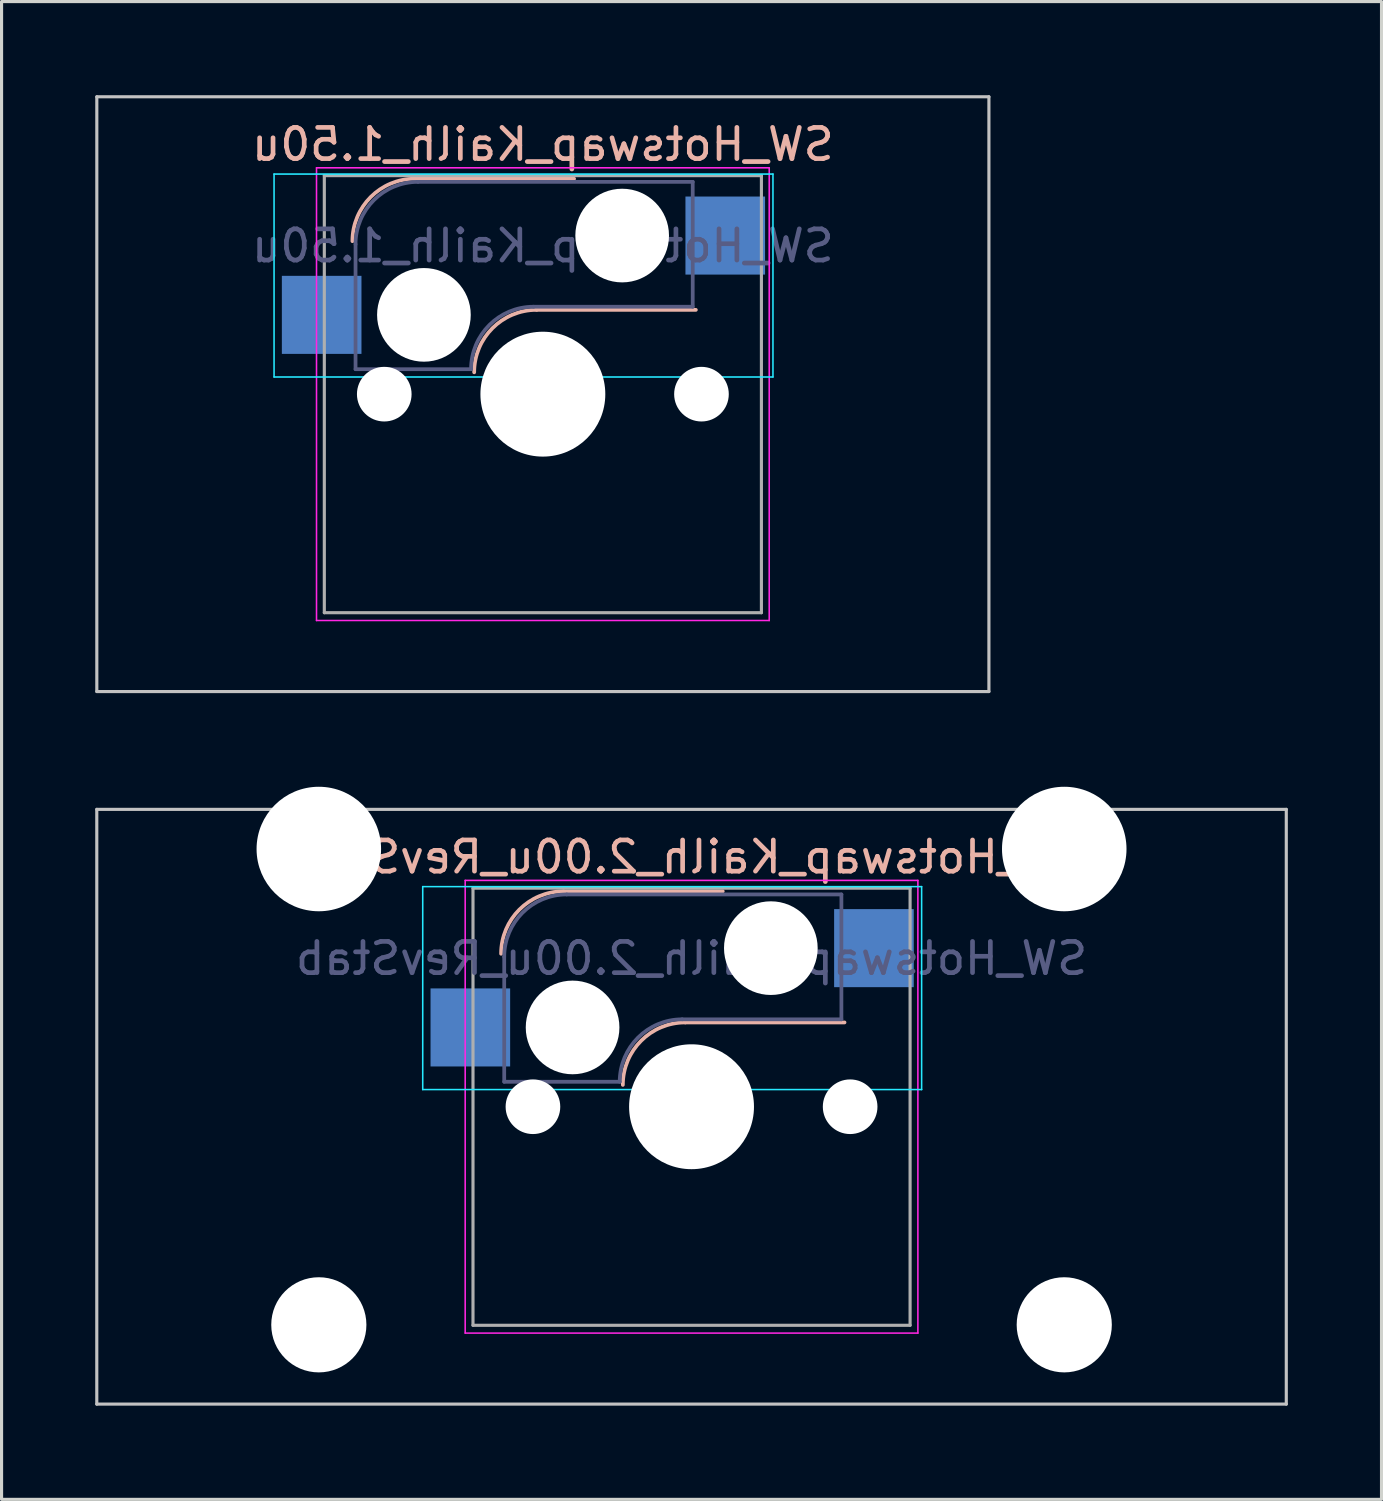
<source format=kicad_pcb>
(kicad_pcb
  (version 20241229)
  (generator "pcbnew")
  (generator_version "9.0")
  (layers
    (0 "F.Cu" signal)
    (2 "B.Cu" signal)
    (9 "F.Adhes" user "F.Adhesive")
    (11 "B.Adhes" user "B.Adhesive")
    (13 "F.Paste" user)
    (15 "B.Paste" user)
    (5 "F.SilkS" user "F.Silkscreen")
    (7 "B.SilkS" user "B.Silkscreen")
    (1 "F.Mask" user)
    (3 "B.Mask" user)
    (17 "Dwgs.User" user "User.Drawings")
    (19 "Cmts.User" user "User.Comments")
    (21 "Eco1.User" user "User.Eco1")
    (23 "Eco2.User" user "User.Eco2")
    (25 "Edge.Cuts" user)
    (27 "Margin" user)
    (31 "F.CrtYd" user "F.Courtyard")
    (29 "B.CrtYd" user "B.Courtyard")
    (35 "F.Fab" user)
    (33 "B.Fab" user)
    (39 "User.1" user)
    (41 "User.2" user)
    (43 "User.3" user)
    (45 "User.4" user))
  (footprint "SW_Hotswap_Kailh_2.00u_RevStab"
    (layer "F.Cu")
    (at 19.1 32.399)
    (property "Reference" "SW_Hotswap_Kailh_2.00u_RevStab" (at 0 -8 0) (layer "B.SilkS") (effects (font (size 1 1) (thickness 0.15)) (justify mirror)))
    (attr smd)
    (fp_line (start -4.1 -6.9) (end 1 -6.9) (stroke (width 0.12) (type solid)) (layer "B.SilkS"))
    (fp_line (start -0.2 -2.7) (end 4.9 -2.7) (stroke (width 0.12) (type solid)) (layer "B.SilkS"))
    (fp_arc (start -6.1 -4.9) (mid -5.514214 -6.314214) (end -4.1 -6.9) (stroke (width 0.12) (type solid)) (layer "B.SilkS"))
    (fp_arc (start -2.2 -0.7) (mid -1.614214 -2.114214) (end -0.2 -2.7) (stroke (width 0.12) (type solid)) (layer "B.SilkS"))
    (fp_line (start -19.05 -9.525) (end -19.05 9.525) (stroke (width 0.1) (type solid)) (layer "Dwgs.User"))
    (fp_line (start -19.05 9.525) (end 19.05 9.525) (stroke (width 0.1) (type solid)) (layer "Dwgs.User"))
    (fp_line (start 19.05 -9.525) (end -19.05 -9.525) (stroke (width 0.1) (type solid)) (layer "Dwgs.User"))
    (fp_line (start 19.05 9.525) (end 19.05 -9.525) (stroke (width 0.1) (type solid)) (layer "Dwgs.User"))
    (fp_line (start -8.61 -7.05) (end -8.61 -0.55) (stroke (width 0.05) (type solid)) (layer "B.CrtYd"))
    (fp_line (start -8.61 -0.55) (end 7.37 -0.55) (stroke (width 0.05) (type solid)) (layer "B.CrtYd"))
    (fp_line (start 7.37 -7.05) (end -8.61 -7.05) (stroke (width 0.05) (type solid)) (layer "B.CrtYd"))
    (fp_line (start 7.37 -0.55) (end 7.37 -7.05) (stroke (width 0.05) (type solid)) (layer "B.CrtYd"))
    (fp_line (start -7.25 -7.25) (end -7.25 7.25) (stroke (width 0.05) (type solid)) (layer "F.CrtYd"))
    (fp_line (start -7.25 7.25) (end 7.25 7.25) (stroke (width 0.05) (type solid)) (layer "F.CrtYd"))
    (fp_line (start 7.25 -7.25) (end -7.25 -7.25) (stroke (width 0.05) (type solid)) (layer "F.CrtYd"))
    (fp_line (start 7.25 7.25) (end 7.25 -7.25) (stroke (width 0.05) (type solid)) (layer "F.CrtYd"))
    (fp_line (start -6 -0.8) (end -6 -4.8) (stroke (width 0.12) (type solid)) (layer "B.Fab"))
    (fp_line (start -6 -0.8) (end -2.3 -0.8) (stroke (width 0.12) (type solid)) (layer "B.Fab"))
    (fp_line (start -4 -6.8) (end 4.8 -6.8) (stroke (width 0.12) (type solid)) (layer "B.Fab"))
    (fp_line (start -0.3 -2.8) (end 4.8 -2.8) (stroke (width 0.12) (type solid)) (layer "B.Fab"))
    (fp_line (start 4.8 -6.8) (end 4.8 -2.8) (stroke (width 0.12) (type solid)) (layer "B.Fab"))
    (fp_arc (start -6 -4.8) (mid -5.414214 -6.214214) (end -4 -6.8) (stroke (width 0.12) (type solid)) (layer "B.Fab"))
    (fp_arc (start -2.3 -0.8) (mid -1.714214 -2.214214) (end -0.3 -2.8) (stroke (width 0.12) (type solid)) (layer "B.Fab"))
    (fp_line (start -7 -7) (end -7 7) (stroke (width 0.1) (type solid)) (layer "F.Fab"))
    (fp_line (start -7 7) (end 7 7) (stroke (width 0.1) (type solid)) (layer "F.Fab"))
    (fp_line (start 7 -7) (end -7 -7) (stroke (width 0.1) (type solid)) (layer "F.Fab"))
    (fp_line (start 7 7) (end 7 -7) (stroke (width 0.1) (type solid)) (layer "F.Fab"))
    (fp_text user "${REFERENCE}" (at 0 -4.75 0) (layer "B.Fab") (effects (font (size 1 1) (thickness 0.15)) (justify mirror)))
    (pad "" np_thru_hole circle (at -11.938 -8.255) (size 3.988 3.988) (drill 3.988) (layers "*.Cu" "*.Mask"))
    (pad "" np_thru_hole circle (at -11.938 6.985) (size 3.048 3.048) (drill 3.048) (layers "*.Cu" "*.Mask"))
    (pad "" np_thru_hole circle (at -5.08 0) (size 1.75 1.75) (drill 1.75) (layers "*.Cu" "*.Mask"))
    (pad "" np_thru_hole circle (at -3.81 -2.54) (size 3 3) (drill 3) (layers "*.Cu" "*.Mask"))
    (pad "" np_thru_hole circle (at 0 0) (size 4 4) (drill 4) (layers "*.Cu" "*.Mask"))
    (pad "" np_thru_hole circle (at 2.54 -5.08) (size 3 3) (drill 3) (layers "*.Cu" "*.Mask"))
    (pad "" np_thru_hole circle (at 5.08 0) (size 1.75 1.75) (drill 1.75) (layers "*.Cu" "*.Mask"))
    (pad "" np_thru_hole circle (at 11.938 -8.255) (size 3.988 3.988) (drill 3.988) (layers "*.Cu" "*.Mask"))
    (pad "" np_thru_hole circle (at 11.938 6.985) (size 3.048 3.048) (drill 3.048) (layers "*.Cu" "*.Mask"))
    (pad "1" smd rect (at 5.842 -5.08) (size 2.55 2.5) (layers "B.Cu" "B.Mask" "B.Paste"))
    (pad "2" smd rect (at -7.085 -2.54) (size 2.55 2.5) (layers "B.Cu" "B.Mask" "B.Paste")))
  (footprint "SW_Hotswap_Kailh_1.50u"
    (layer "F.Cu")
    (at 14.338 9.575)
    (property "Reference" "SW_Hotswap_Kailh_1.50u" (at 0 -8 0) (layer "B.SilkS") (effects (font (size 1 1) (thickness 0.15)) (justify mirror)))
    (attr smd)
    (fp_line (start -4.1 -6.9) (end 1 -6.9) (stroke (width 0.12) (type solid)) (layer "B.SilkS"))
    (fp_line (start -0.2 -2.7) (end 4.9 -2.7) (stroke (width 0.12) (type solid)) (layer "B.SilkS"))
    (fp_arc (start -6.1 -4.9) (mid -5.514214 -6.314214) (end -4.1 -6.9) (stroke (width 0.12) (type solid)) (layer "B.SilkS"))
    (fp_arc (start -2.2 -0.7) (mid -1.614214 -2.114214) (end -0.2 -2.7) (stroke (width 0.12) (type solid)) (layer "B.SilkS"))
    (fp_line (start -14.287 -9.525) (end -14.287 9.525) (stroke (width 0.1) (type solid)) (layer "Dwgs.User"))
    (fp_line (start -14.287 9.525) (end 14.287 9.525) (stroke (width 0.1) (type solid)) (layer "Dwgs.User"))
    (fp_line (start 14.287 -9.525) (end -14.287 -9.525) (stroke (width 0.1) (type solid)) (layer "Dwgs.User"))
    (fp_line (start 14.287 9.525) (end 14.287 -9.525) (stroke (width 0.1) (type solid)) (layer "Dwgs.User"))
    (fp_line (start -8.61 -7.05) (end -8.61 -0.55) (stroke (width 0.05) (type solid)) (layer "B.CrtYd"))
    (fp_line (start -8.61 -0.55) (end 7.37 -0.55) (stroke (width 0.05) (type solid)) (layer "B.CrtYd"))
    (fp_line (start 7.37 -7.05) (end -8.61 -7.05) (stroke (width 0.05) (type solid)) (layer "B.CrtYd"))
    (fp_line (start 7.37 -0.55) (end 7.37 -7.05) (stroke (width 0.05) (type solid)) (layer "B.CrtYd"))
    (fp_line (start -7.25 -7.25) (end -7.25 7.25) (stroke (width 0.05) (type solid)) (layer "F.CrtYd"))
    (fp_line (start -7.25 7.25) (end 7.25 7.25) (stroke (width 0.05) (type solid)) (layer "F.CrtYd"))
    (fp_line (start 7.25 -7.25) (end -7.25 -7.25) (stroke (width 0.05) (type solid)) (layer "F.CrtYd"))
    (fp_line (start 7.25 7.25) (end 7.25 -7.25) (stroke (width 0.05) (type solid)) (layer "F.CrtYd"))
    (fp_line (start -6 -0.8) (end -6 -4.8) (stroke (width 0.12) (type solid)) (layer "B.Fab"))
    (fp_line (start -6 -0.8) (end -2.3 -0.8) (stroke (width 0.12) (type solid)) (layer "B.Fab"))
    (fp_line (start -4 -6.8) (end 4.8 -6.8) (stroke (width 0.12) (type solid)) (layer "B.Fab"))
    (fp_line (start -0.3 -2.8) (end 4.8 -2.8) (stroke (width 0.12) (type solid)) (layer "B.Fab"))
    (fp_line (start 4.8 -6.8) (end 4.8 -2.8) (stroke (width 0.12) (type solid)) (layer "B.Fab"))
    (fp_arc (start -6 -4.8) (mid -5.414214 -6.214214) (end -4 -6.8) (stroke (width 0.12) (type solid)) (layer "B.Fab"))
    (fp_arc (start -2.3 -0.8) (mid -1.714214 -2.214214) (end -0.3 -2.8) (stroke (width 0.12) (type solid)) (layer "B.Fab"))
    (fp_line (start -7 -7) (end -7 7) (stroke (width 0.1) (type solid)) (layer "F.Fab"))
    (fp_line (start -7 7) (end 7 7) (stroke (width 0.1) (type solid)) (layer "F.Fab"))
    (fp_line (start 7 -7) (end -7 -7) (stroke (width 0.1) (type solid)) (layer "F.Fab"))
    (fp_line (start 7 7) (end 7 -7) (stroke (width 0.1) (type solid)) (layer "F.Fab"))
    (fp_text user "${REFERENCE}" (at 0 -4.75 0) (layer "B.Fab") (effects (font (size 1 1) (thickness 0.15)) (justify mirror)))
    (pad "" np_thru_hole circle (at -5.08 0) (size 1.75 1.75) (drill 1.75) (layers "*.Cu" "*.Mask"))
    (pad "" np_thru_hole circle (at -3.81 -2.54) (size 3 3) (drill 3) (layers "*.Cu" "*.Mask"))
    (pad "" np_thru_hole circle (at 0 0) (size 4 4) (drill 4) (layers "*.Cu" "*.Mask"))
    (pad "" np_thru_hole circle (at 2.54 -5.08) (size 3 3) (drill 3) (layers "*.Cu" "*.Mask"))
    (pad "" np_thru_hole circle (at 5.08 0) (size 1.75 1.75) (drill 1.75) (layers "*.Cu" "*.Mask"))
    (pad "1" smd rect (at 5.842 -5.08) (size 2.55 2.5) (layers "B.Cu" "B.Mask" "B.Paste"))
    (pad "2" smd rect (at -7.085 -2.54) (size 2.55 2.5) (layers "B.Cu" "B.Mask" "B.Paste")))
  (gr_rect
    (start -3 -3)
    (end 41.2 44.974)
    (stroke (width 0.1) (type default))
    (fill no)
    (layer "Edge.Cuts")))
</source>
